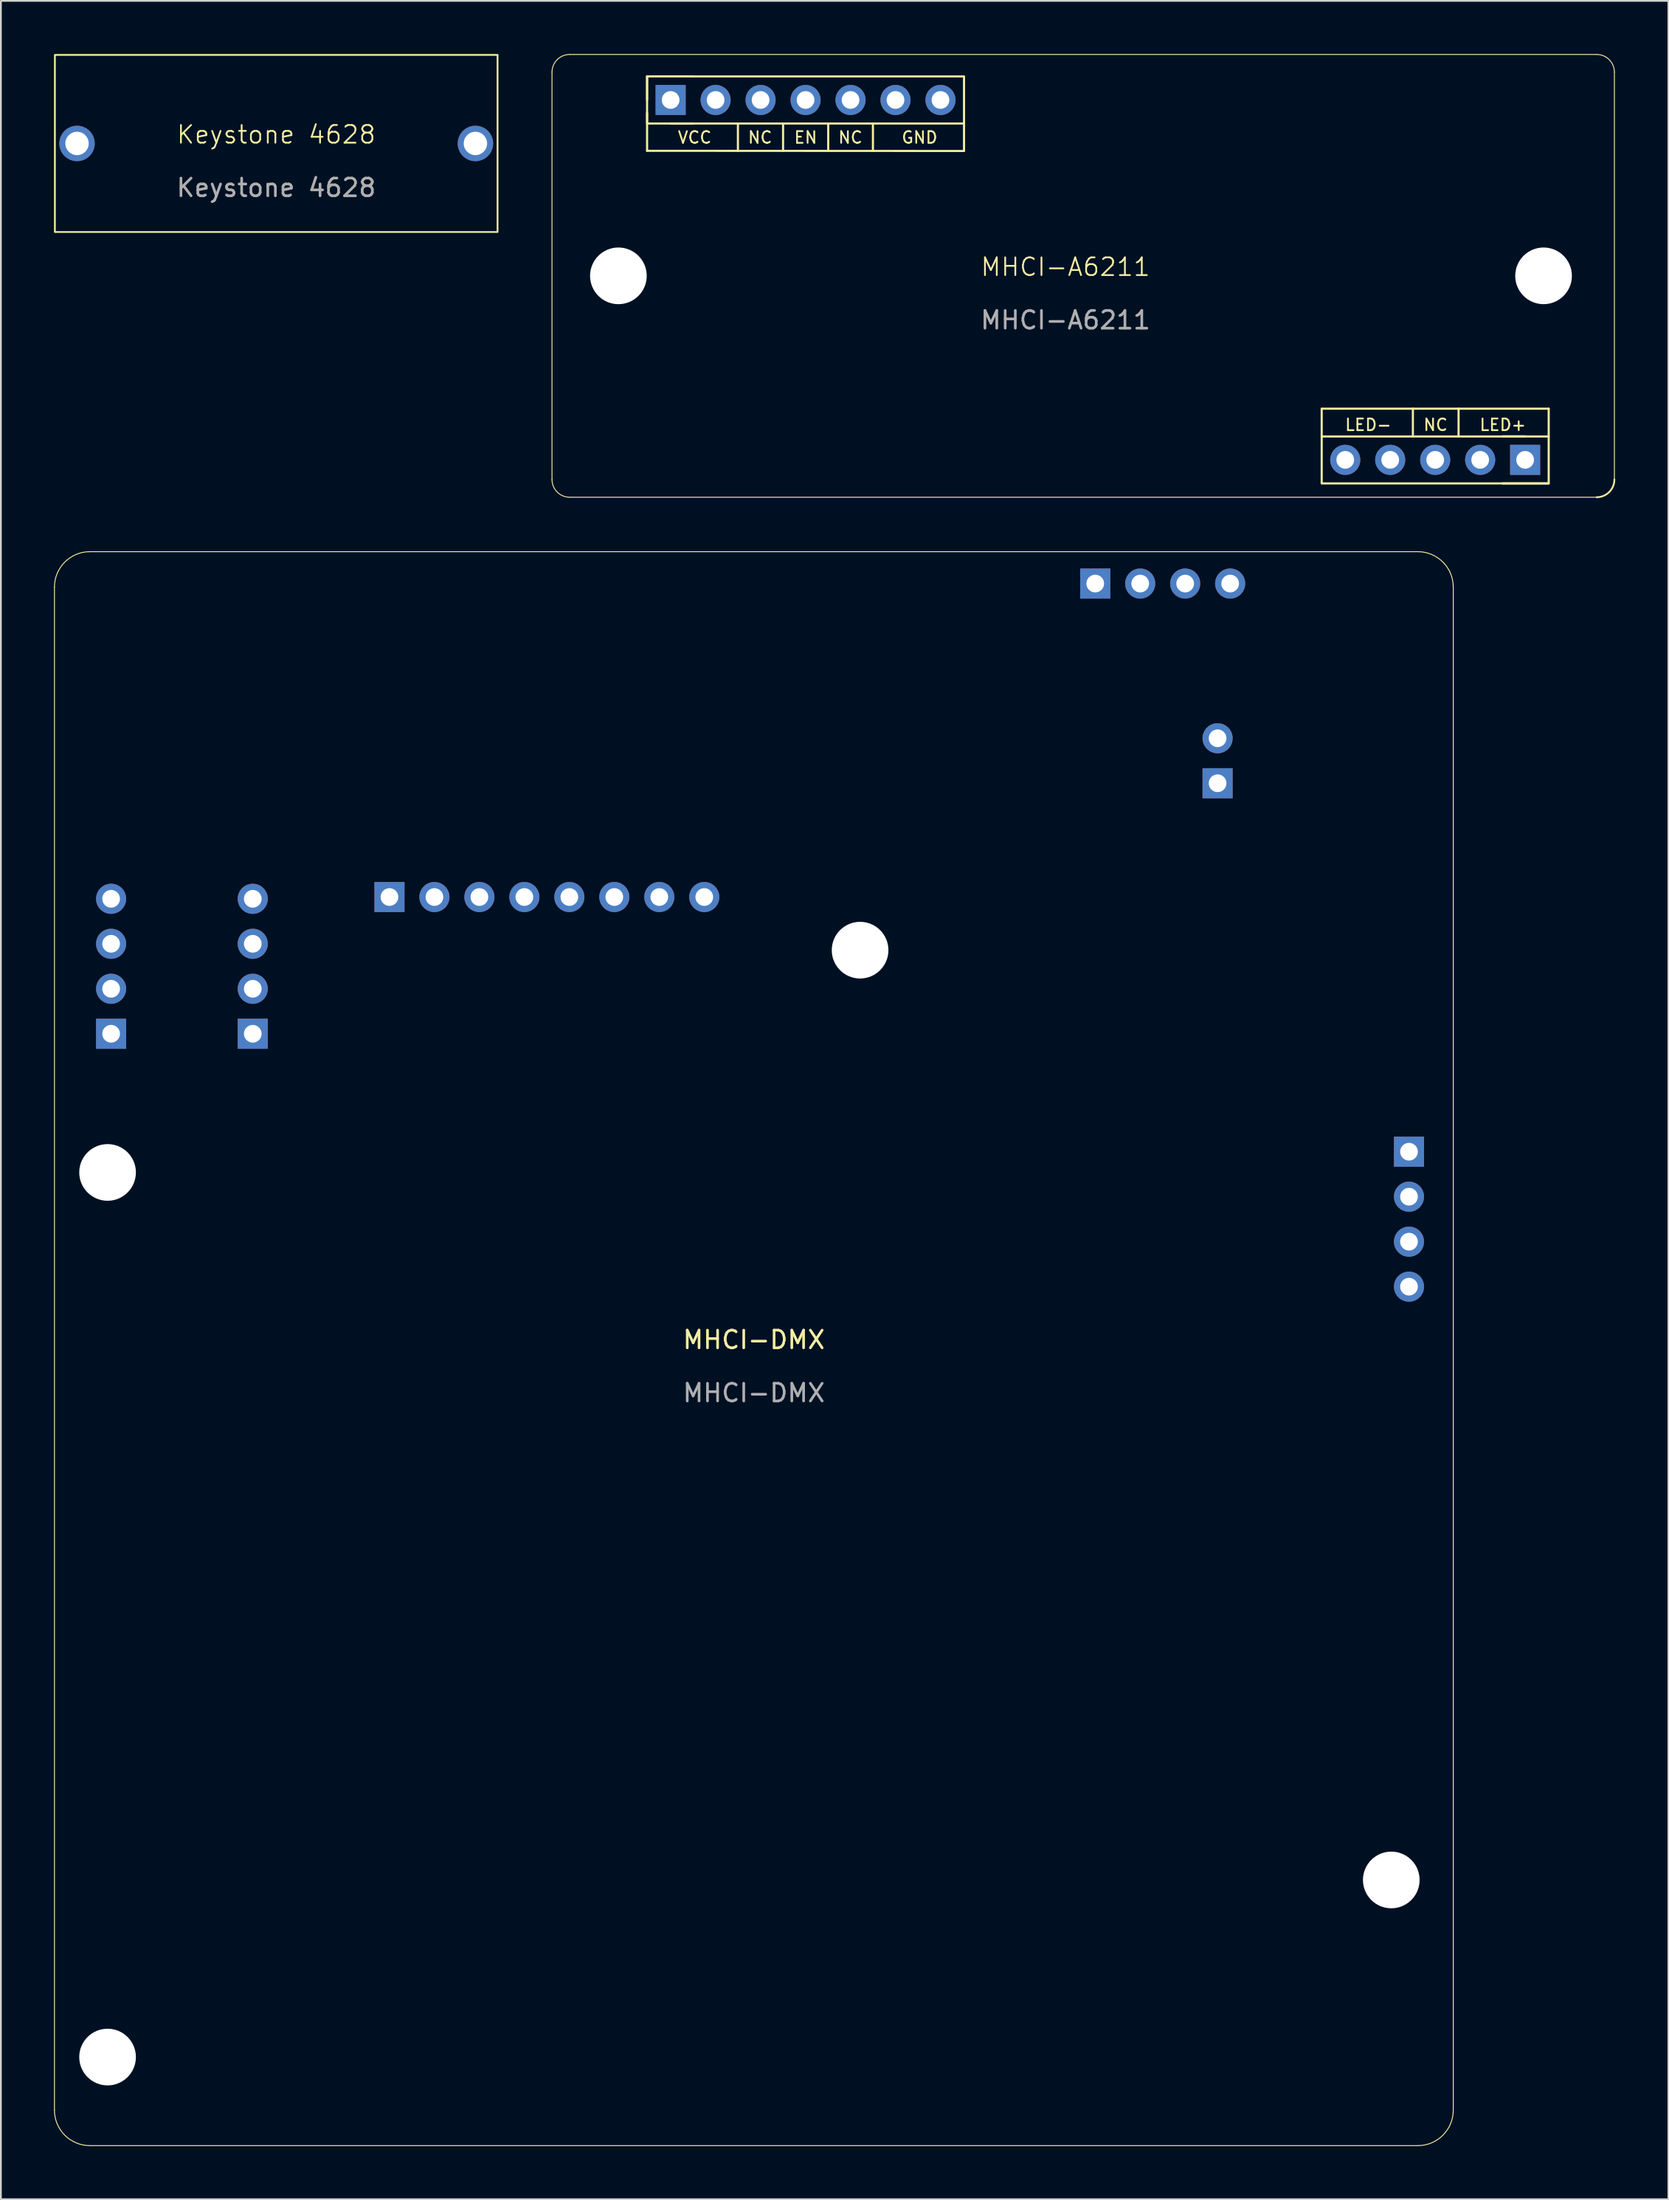
<source format=kicad_pcb>
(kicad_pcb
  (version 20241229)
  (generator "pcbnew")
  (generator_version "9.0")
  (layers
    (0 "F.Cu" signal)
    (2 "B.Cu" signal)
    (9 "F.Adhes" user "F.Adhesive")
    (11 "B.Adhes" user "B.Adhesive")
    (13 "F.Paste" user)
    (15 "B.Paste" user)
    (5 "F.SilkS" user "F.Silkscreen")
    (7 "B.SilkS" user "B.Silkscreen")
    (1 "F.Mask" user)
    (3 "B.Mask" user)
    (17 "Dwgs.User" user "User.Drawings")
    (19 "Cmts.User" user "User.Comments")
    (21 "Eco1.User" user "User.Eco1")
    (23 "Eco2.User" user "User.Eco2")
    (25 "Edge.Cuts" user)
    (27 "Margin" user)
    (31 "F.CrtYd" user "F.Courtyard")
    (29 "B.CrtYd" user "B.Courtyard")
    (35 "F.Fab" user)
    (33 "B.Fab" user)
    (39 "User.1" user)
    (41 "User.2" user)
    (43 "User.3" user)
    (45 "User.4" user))
  (footprint "MHCI-DMX"
    (layer "F.Cu")
    (at 39.525 73.1)
    (property "Reference" "MHCI-DMX" (at 0 -0.5 0) (unlocked yes) (layer "F.SilkS") (effects (font (size 1 1) (thickness 0.15))))
    (attr through_hole)
    (fp_line (start -39.5 -43) (end -39.5 43) (stroke (width 0.05) (type default)) (layer "F.SilkS"))
    (fp_line (start -37.5 45) (end 37.5 45) (stroke (width 0.05) (type default)) (layer "F.SilkS"))
    (fp_line (start 37.5 -45) (end -37.5 -45) (stroke (width 0.05) (type default)) (layer "F.SilkS"))
    (fp_line (start 39.5 43) (end 39.5 -43) (stroke (width 0.05) (type default)) (layer "F.SilkS"))
    (fp_arc (start -39.5 -43) (mid -38.914214 -44.414214) (end -37.5 -45) (stroke (width 0.05) (type default)) (layer "F.SilkS"))
    (fp_arc (start -37.5 45) (mid -38.914214 44.414214) (end -39.5 43) (stroke (width 0.05) (type default)) (layer "F.SilkS"))
    (fp_arc (start 37.5 -45) (mid 38.914214 -44.414214) (end 39.5 -43) (stroke (width 0.05) (type default)) (layer "F.SilkS"))
    (fp_arc (start 39.5 43) (mid 38.914214 44.414214) (end 37.5 45) (stroke (width 0.05) (type default)) (layer "F.SilkS"))
    (fp_text user "${REFERENCE}" (at 0 2.5 0) (unlocked yes) (layer "F.Fab") (effects (font (size 1 1) (thickness 0.15))))
    (pad "" np_thru_hole circle (at -36.5 -9.95) (size 3.2 3.2) (drill 3.2) (layers "*.Cu" "*.Mask"))
    (pad "" np_thru_hole circle (at -36.5 40) (size 3.2 3.2) (drill 3.2) (layers "*.Cu" "*.Mask"))
    (pad "" np_thru_hole circle (at 6 -22.5) (size 3.2 3.2) (drill 3.2) (layers "*.Cu" "*.Mask"))
    (pad "" np_thru_hole circle (at 36 30) (size 3.2 3.2) (drill 3.2) (layers "*.Cu" "*.Mask"))
    (pad "1" thru_hole rect (at 19.28 -43.2 90) (size 1.7 1.7) (drill 1) (layers "*.Cu" "*.Mask"))
    (pad "2" thru_hole oval (at 21.82 -43.2 90) (size 1.7 1.7) (drill 1) (layers "*.Cu" "*.Mask"))
    (pad "3" thru_hole rect (at -20.58 -25.5 90) (size 1.7 1.7) (drill 1) (layers "*.Cu" "*.Mask"))
    (pad "4" thru_hole rect (at -28.3 -17.78 180) (size 1.7 1.7) (drill 1) (layers "*.Cu" "*.Mask"))
    (pad "5" thru_hole rect (at -36.3 -17.78 180) (size 1.7 1.7) (drill 1) (layers "*.Cu" "*.Mask"))
    (pad "6" thru_hole rect (at 37 -11.12) (size 1.7 1.7) (drill 1) (layers "*.Cu" "*.Mask"))
    (pad "7" thru_hole oval (at -2.8 -25.5 90) (size 1.7 1.7) (drill 1) (layers "*.Cu" "*.Mask"))
    (pad "8" thru_hole oval (at -28.3 -25.4 180) (size 1.7 1.7) (drill 1) (layers "*.Cu" "*.Mask"))
    (pad "9" thru_hole oval (at -36.3 -25.4 180) (size 1.7 1.7) (drill 1) (layers "*.Cu" "*.Mask"))
    (pad "10" thru_hole oval (at 37 -3.5) (size 1.7 1.7) (drill 1) (layers "*.Cu" "*.Mask"))
    (pad "11" thru_hole oval (at -18.04 -25.5 90) (size 1.7 1.7) (drill 1) (layers "*.Cu" "*.Mask"))
    (pad "12" thru_hole oval (at -15.5 -25.5 90) (size 1.7 1.7) (drill 1) (layers "*.Cu" "*.Mask"))
    (pad "13" thru_hole oval (at -12.96 -25.5 90) (size 1.7 1.7) (drill 1) (layers "*.Cu" "*.Mask"))
    (pad "14" thru_hole oval (at -10.42 -25.5 90) (size 1.7 1.7) (drill 1) (layers "*.Cu" "*.Mask"))
    (pad "15" thru_hole oval (at -7.88 -25.5 90) (size 1.7 1.7) (drill 1) (layers "*.Cu" "*.Mask"))
    (pad "16" thru_hole oval (at -5.34 -25.5 90) (size 1.7 1.7) (drill 1) (layers "*.Cu" "*.Mask"))
    (pad "17" thru_hole oval (at -28.3 -22.86 180) (size 1.7 1.7) (drill 1) (layers "*.Cu" "*.Mask"))
    (pad "18" thru_hole oval (at -28.3 -20.32 180) (size 1.7 1.7) (drill 1) (layers "*.Cu" "*.Mask"))
    (pad "19" thru_hole oval (at -36.3 -22.86 180) (size 1.7 1.7) (drill 1) (layers "*.Cu" "*.Mask"))
    (pad "20" thru_hole oval (at -36.3 -20.32 180) (size 1.7 1.7) (drill 1) (layers "*.Cu" "*.Mask"))
    (pad "21" thru_hole oval (at 37 -8.58) (size 1.7 1.7) (drill 1) (layers "*.Cu" "*.Mask"))
    (pad "22" thru_hole oval (at 37 -6.04) (size 1.7 1.7) (drill 1) (layers "*.Cu" "*.Mask"))
    (pad "23" thru_hole oval (at 24.36 -43.2 90) (size 1.7 1.7) (drill 1) (layers "*.Cu" "*.Mask"))
    (pad "24" thru_hole oval (at 26.9 -43.2 90) (size 1.7 1.7) (drill 1) (layers "*.Cu" "*.Mask"))
    (pad "25" thru_hole rect (at 26.19 -31.925 180) (size 1.7 1.7) (drill 1) (layers "*.Cu" "*.Mask"))
    (pad "26" thru_hole oval (at 26.19 -34.465 180) (size 1.7 1.7) (drill 1) (layers "*.Cu" "*.Mask")))
  (footprint "Keystone 4628"
    (layer "F.Cu")
    (at 12.55 5.05)
    (property "Reference" "Keystone 4628" (at 0 -0.5 0) (unlocked yes) (layer "F.SilkS") (effects (font (size 1 1) (thickness 0.1))))
    (attr through_hole)
    (fp_rect (start -12.5 -5) (end 12.5 5) (stroke (width 0.1) (type default)) (fill no) (layer "F.SilkS"))
    (fp_text user "${REFERENCE}" (at 0 2.5 0) (unlocked yes) (layer "F.Fab") (effects (font (size 1 1) (thickness 0.15))))
    (pad "1" thru_hole circle (at -11.25 0 180) (size 2 2) (drill 1.32) (layers "*.Cu" "*.Mask"))
    (pad "2" thru_hole circle (at 11.25 0 180) (size 2 2) (drill 1.32) (layers "*.Cu" "*.Mask")))
  (footprint "MHCI-A6211"
    (layer "F.Cu")
    (at 57.125 12.525)
    (property "Reference" "MHCI-A6211" (at 0 -0.5 0) (unlocked yes) (layer "F.SilkS") (effects (font (size 1 1) (thickness 0.1))))
    (attr through_hole)
    (fp_line (start -29 -11.5) (end -29 11.5) (stroke (width 0.05) (type default)) (layer "F.SilkS"))
    (fp_line (start -28 12.5) (end 30 12.5) (stroke (width 0.05) (type default)) (layer "F.SilkS"))
    (fp_line (start -23.63 -11.26) (end -23.63 -9.93) (stroke (width 0.12) (type default)) (layer "F.SilkS"))
    (fp_line (start -23.63 -7.06) (end -23.63 -9.2) (stroke (width 0.12) (type default)) (layer "F.SilkS"))
    (fp_line (start -23.63 -7.06) (end -5.73 -7.05) (stroke (width 0.12) (type default)) (layer "F.SilkS"))
    (fp_line (start -22.3 -8.6) (end -21.03 -8.6) (stroke (width 0.12) (type default)) (layer "F.SilkS"))
    (fp_line (start -21.03 -11.26) (end -23.63 -11.26) (stroke (width 0.12) (type default)) (layer "F.SilkS"))
    (fp_line (start -18.5 -7.06) (end -18.5 -8.59) (stroke (width 0.12) (type default)) (layer "F.SilkS"))
    (fp_line (start -15.95 -7.06) (end -15.95 -8.59) (stroke (width 0.12) (type default)) (layer "F.SilkS"))
    (fp_line (start -13.4 -7.06) (end -13.4 -8.59) (stroke (width 0.12) (type default)) (layer "F.SilkS"))
    (fp_line (start -10.875 -7.06) (end -10.875 -8.59) (stroke (width 0.12) (type default)) (layer "F.SilkS"))
    (fp_line (start -5.73 -8.62) (end -5.73 -7.06) (stroke (width 0.12) (type default)) (layer "F.SilkS"))
    (fp_line (start 14.47 9.07) (end 14.47 7.51) (stroke (width 0.12) (type default)) (layer "F.SilkS"))
    (fp_line (start 19.62 9.06) (end 19.62 7.5) (stroke (width 0.12) (type default)) (layer "F.SilkS"))
    (fp_line (start 22.2 9.06) (end 22.2 7.5) (stroke (width 0.12) (type default)) (layer "F.SilkS"))
    (fp_line (start 24.69 9.06) (end 25.96 9.06) (stroke (width 0.12) (type default)) (layer "F.SilkS"))
    (fp_line (start 24.69 11.72) (end 27.29 11.72) (stroke (width 0.12) (type default)) (layer "F.SilkS"))
    (fp_line (start 27.29 7.5) (end 14.47 7.5) (stroke (width 0.12) (type default)) (layer "F.SilkS"))
    (fp_line (start 27.29 9.07) (end 27.29 7.5) (stroke (width 0.12) (type default)) (layer "F.SilkS"))
    (fp_line (start 30 -12.5) (end -28 -12.5) (stroke (width 0.05) (type default)) (layer "F.SilkS"))
    (fp_line (start 31 -11.5) (end 31 11.5) (stroke (width 0.05) (type default)) (layer "F.SilkS"))
    (fp_rect (start -23.63 -11.26) (end -5.73 -8.6) (stroke (width 0.12) (type default)) (fill no) (layer "F.SilkS"))
    (fp_rect (start 14.47 9.07) (end 27.29 11.72) (stroke (width 0.12) (type default)) (fill no) (layer "F.SilkS"))
    (fp_arc (start -29 -11.5) (mid -28.707107 -12.207107) (end -28 -12.5) (stroke (width 0.05) (type default)) (layer "F.SilkS"))
    (fp_arc (start -28 12.5) (mid -28.707107 12.207107) (end -29 11.5) (stroke (width 0.05) (type default)) (layer "F.SilkS"))
    (fp_arc (start 30 -12.5) (mid 30.707107 -12.207107) (end 31 -11.5) (stroke (width 0.05) (type default)) (layer "F.SilkS"))
    (fp_arc (start 31 11.5) (mid 30.707107 12.207107) (end 30 12.5) (stroke (width 0.1) (type default)) (layer "F.SilkS"))
    (fp_text user "NC" (at -12.15 -7.425 0) (unlocked yes) (layer "F.SilkS") (effects (font (size 0.66 0.66) (thickness 0.1)) (justify bottom)))
    (fp_text user "LED-" (at 17.1 8.8 0) (unlocked yes) (layer "F.SilkS") (effects (font (size 0.66 0.66) (thickness 0.1)) (justify bottom)))
    (fp_text user "GND" (at -8.24 -7.425 0) (unlocked yes) (layer "F.SilkS") (effects (font (size 0.66 0.66) (thickness 0.1)) (justify bottom)))
    (fp_text user "NC" (at 20.9 8.8 0) (unlocked yes) (layer "F.SilkS") (effects (font (size 0.66 0.66) (thickness 0.1)) (justify bottom)))
    (fp_text user "EN" (at -14.675 -7.425 0) (unlocked yes) (layer "F.SilkS") (effects (font (size 0.66 0.66) (thickness 0.1)) (justify bottom)))
    (fp_text user "LED+" (at 24.7 8.8 0) (unlocked yes) (layer "F.SilkS") (effects (font (size 0.66 0.66) (thickness 0.1)) (justify bottom)))
    (fp_text user "NC" (at -17.25 -7.425 0) (unlocked yes) (layer "F.SilkS") (effects (font (size 0.66 0.66) (thickness 0.1)) (justify bottom)))
    (fp_text user "VCC" (at -20.94 -7.425 0) (unlocked yes) (layer "F.SilkS") (effects (font (size 0.66 0.66) (thickness 0.1)) (justify bottom)))
    (fp_text user "${REFERENCE}" (at 0 2.5 0) (unlocked yes) (layer "F.Fab") (effects (font (size 1 1) (thickness 0.15))))
    (pad "" np_thru_hole circle (at -25.25 0) (size 3.2 3.2) (drill 3.2) (layers "*.Cu" "*.Mask"))
    (pad "" thru_hole oval (at -17.22 -9.93 270) (size 1.7 1.7) (drill 1) (layers "*.Cu" "*.Mask"))
    (pad "" thru_hole oval (at -12.14 -9.93 270) (size 1.7 1.7) (drill 1) (layers "*.Cu" "*.Mask"))
    (pad "" thru_hole oval (at 20.88 10.39 90) (size 1.7 1.7) (drill 1) (layers "*.Cu" "*.Mask"))
    (pad "" np_thru_hole circle (at 27 0) (size 3.2 3.2) (drill 3.2) (layers "*.Cu" "*.Mask"))
    (pad "1" thru_hole rect (at -22.3 -9.93 270) (size 1.7 1.7) (drill 1) (layers "*.Cu" "*.Mask"))
    (pad "1" thru_hole oval (at -19.76 -9.93 270) (size 1.7 1.7) (drill 1) (layers "*.Cu" "*.Mask"))
    (pad "2" thru_hole oval (at -9.6 -9.93 270) (size 1.7 1.7) (drill 1) (layers "*.Cu" "*.Mask"))
    (pad "2" thru_hole oval (at -7.06 -9.93 270) (size 1.7 1.7) (drill 1) (layers "*.Cu" "*.Mask"))
    (pad "3" thru_hole oval (at -14.68 -9.93 270) (size 1.7 1.7) (drill 1) (layers "*.Cu" "*.Mask"))
    (pad "4" thru_hole oval (at 23.42 10.39 90) (size 1.7 1.7) (drill 1) (layers "*.Cu" "*.Mask"))
    (pad "4" thru_hole rect (at 25.96 10.39 90) (size 1.7 1.7) (drill 1) (layers "*.Cu" "*.Mask"))
    (pad "5" thru_hole oval (at 15.8 10.39 90) (size 1.7 1.7) (drill 1) (layers "*.Cu" "*.Mask"))
    (pad "5" thru_hole oval (at 18.34 10.39 90) (size 1.7 1.7) (drill 1) (layers "*.Cu" "*.Mask")))
  (gr_rect
    (start -3 -3)
    (end 91.175 121.125)
    (stroke (width 0.1) (type default))
    (fill no)
    (layer "Edge.Cuts")))
</source>
